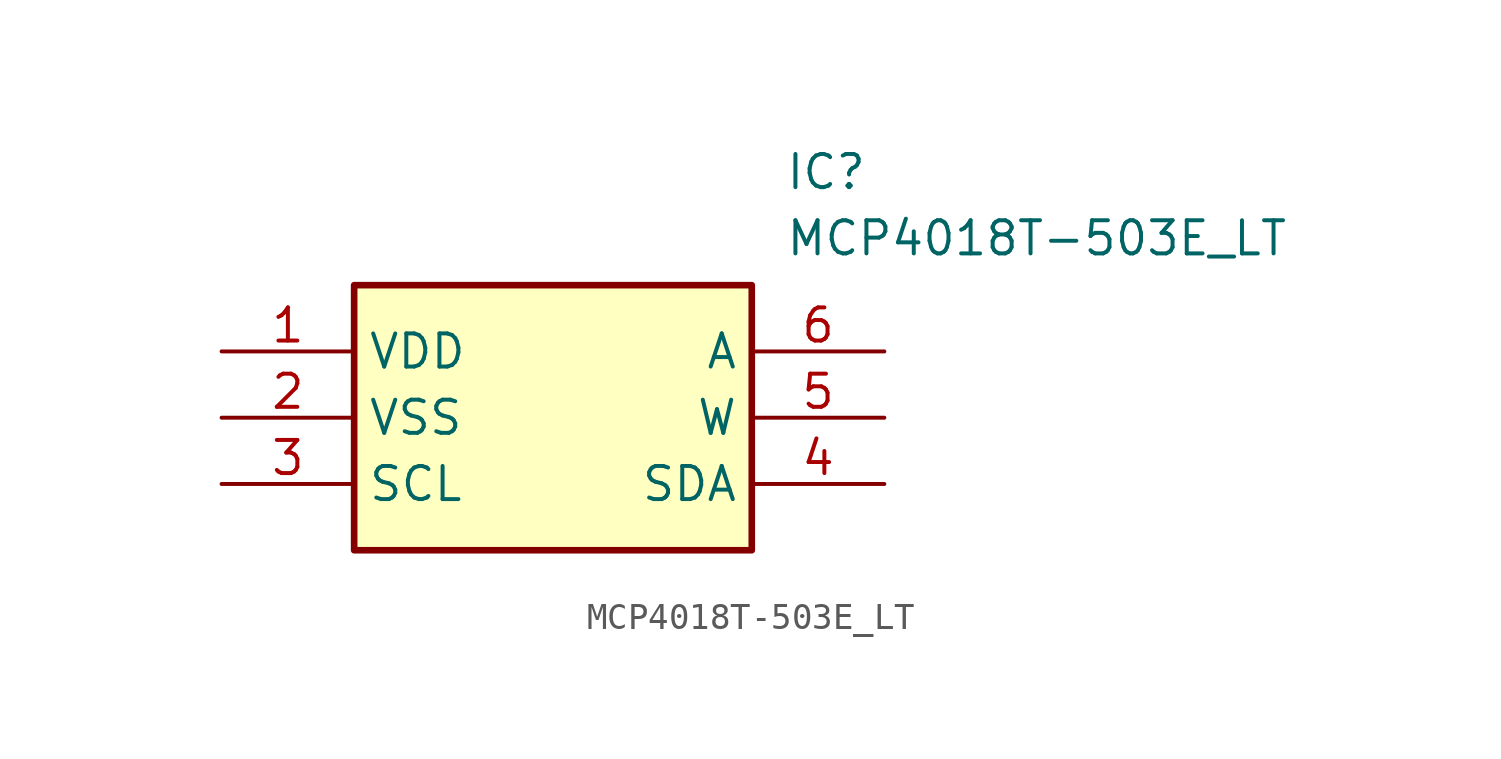
<source format=kicad_sym>
(kicad_symbol_lib
  (version 20211014)
  (generator SamacSys_ECAD_Model)
  (symbol "MCP4018T-503E_LT"
    (property "Reference" "IC"
      (at 21.59 7.62 0)
      (effects (font (size 1.27 1.27)) (justify left top)))
    (property "Value" "MCP4018T-503E_LT"
      (at 21.59 5.08 0)
      (effects (font (size 1.27 1.27)) (justify left top)))
    (rectangle
      (start 5.08 2.54)
      (end 20.32 -7.62)
      (stroke (width 0.254) (type default))
      (fill (type background)))
    (pin passive line
      (at 0 0 0)
      (length 5.08)
      (name "VDD" (effects (font (size 1.27 1.27))))
      (number "1" (effects (font (size 1.27 1.27)))))
    (pin passive line
      (at 0 -2.54 0)
      (length 5.08)
      (name "VSS" (effects (font (size 1.27 1.27))))
      (number "2" (effects (font (size 1.27 1.27)))))
    (pin passive line
      (at 0 -5.08 0)
      (length 5.08)
      (name "SCL" (effects (font (size 1.27 1.27))))
      (number "3" (effects (font (size 1.27 1.27)))))
    (pin passive line
      (at 25.4 0 180)
      (length 5.08)
      (name "A" (effects (font (size 1.27 1.27))))
      (number "6" (effects (font (size 1.27 1.27)))))
    (pin passive line
      (at 25.4 -2.54 180)
      (length 5.08)
      (name "W" (effects (font (size 1.27 1.27))))
      (number "5" (effects (font (size 1.27 1.27)))))
    (pin passive line
      (at 25.4 -5.08 180)
      (length 5.08)
      (name "SDA" (effects (font (size 1.27 1.27))))
      (number "4" (effects (font (size 1.27 1.27)))))))
</source>
